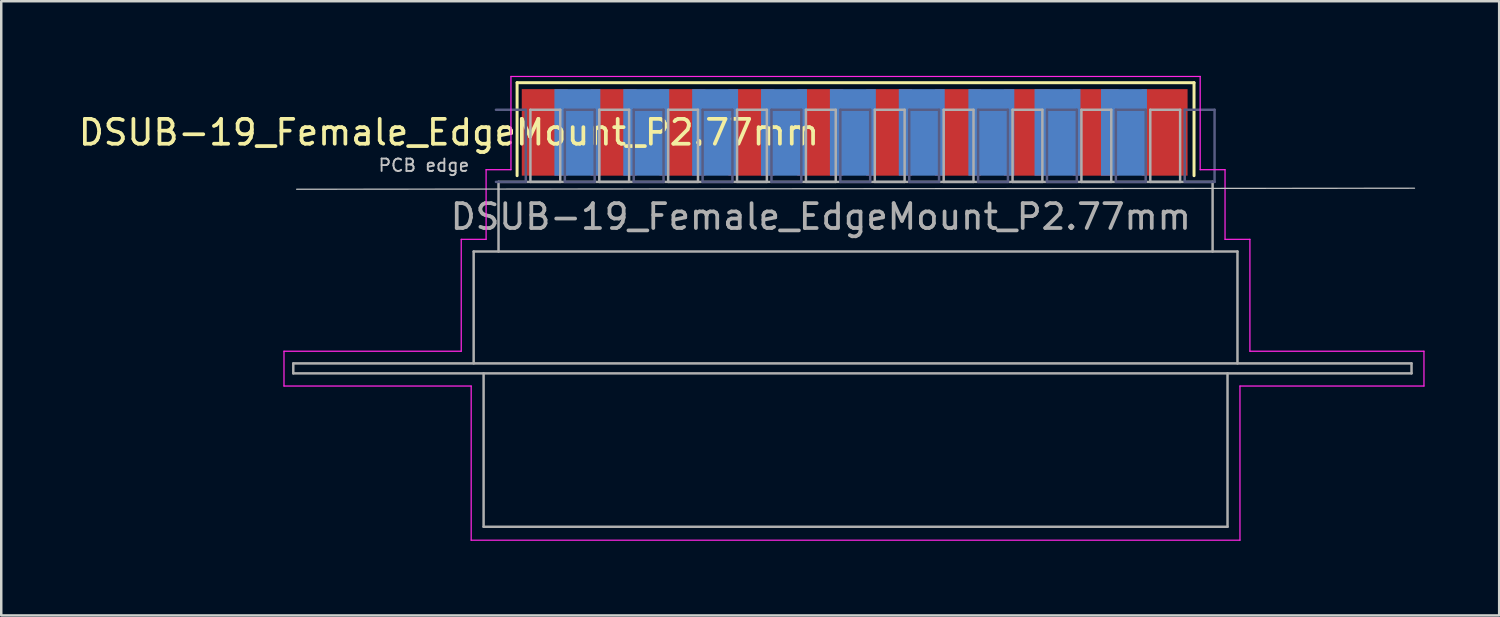
<source format=kicad_pcb>
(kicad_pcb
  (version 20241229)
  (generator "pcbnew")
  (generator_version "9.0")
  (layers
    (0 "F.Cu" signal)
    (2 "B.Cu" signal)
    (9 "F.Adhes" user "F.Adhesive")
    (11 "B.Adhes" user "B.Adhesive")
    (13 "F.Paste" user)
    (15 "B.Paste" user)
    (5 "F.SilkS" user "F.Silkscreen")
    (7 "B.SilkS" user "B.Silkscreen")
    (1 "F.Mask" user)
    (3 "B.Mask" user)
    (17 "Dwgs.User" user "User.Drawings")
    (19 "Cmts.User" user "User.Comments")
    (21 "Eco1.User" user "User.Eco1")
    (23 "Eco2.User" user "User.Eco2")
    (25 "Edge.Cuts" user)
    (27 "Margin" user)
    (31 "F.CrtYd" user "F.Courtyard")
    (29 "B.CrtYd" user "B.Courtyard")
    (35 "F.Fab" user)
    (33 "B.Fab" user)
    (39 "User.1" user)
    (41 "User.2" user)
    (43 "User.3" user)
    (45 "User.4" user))
  (footprint "DSUB-19_Female_EdgeMount_P2.77mm"
    (layer "F.Cu")
    (at 31.231 2.275)
    (property "Reference" "DSUB-19_Female_EdgeMount_P2.77mm" (at -16.225 0 0) (layer "F.SilkS") (effects (font (size 1 1) (thickness 0.15))))
    (attr smd)
    (fp_line (start -13.485 -2) (end -13.485 1.74) (stroke (width 0.12) (type solid)) (layer "F.SilkS"))
    (fp_line (start 13.739 -2) (end -13.485 -2) (stroke (width 0.12) (type solid)) (layer "F.SilkS"))
    (fp_line (start 13.739 1.74) (end 13.739 -2) (stroke (width 0.12) (type solid)) (layer "F.SilkS"))
    (fp_line (start -22.352 2.286) (end 22.606 2.244) (stroke (width 0.05) (type solid)) (layer "Dwgs.User"))
    (fp_line (start -22.86 8.8) (end -15.732 8.8) (stroke (width 0.05) (type solid)) (layer "F.CrtYd"))
    (fp_line (start -22.86 10.2) (end -22.86 8.8) (stroke (width 0.05) (type solid)) (layer "F.CrtYd"))
    (fp_line (start -15.732 4.3) (end -14.732 4.3) (stroke (width 0.05) (type solid)) (layer "F.CrtYd"))
    (fp_line (start -15.732 8.8) (end -15.732 4.3) (stroke (width 0.05) (type solid)) (layer "F.CrtYd"))
    (fp_line (start -15.332 10.2) (end -22.86 10.2) (stroke (width 0.05) (type solid)) (layer "F.CrtYd"))
    (fp_line (start -15.332 16.4) (end -15.332 10.2) (stroke (width 0.05) (type solid)) (layer "F.CrtYd"))
    (fp_line (start -14.732 1.5) (end -13.732 1.5) (stroke (width 0.05) (type solid)) (layer "F.CrtYd"))
    (fp_line (start -14.732 4.3) (end -14.732 1.5) (stroke (width 0.05) (type solid)) (layer "F.CrtYd"))
    (fp_line (start -13.732 -2.25) (end 13.986 -2.25) (stroke (width 0.05) (type solid)) (layer "F.CrtYd"))
    (fp_line (start -13.732 1.5) (end -13.732 -2.25) (stroke (width 0.05) (type solid)) (layer "F.CrtYd"))
    (fp_line (start 13.986 -2.25) (end 13.986 1.5) (stroke (width 0.05) (type solid)) (layer "F.CrtYd"))
    (fp_line (start 13.986 1.5) (end 14.986 1.5) (stroke (width 0.05) (type solid)) (layer "F.CrtYd"))
    (fp_line (start 14.986 1.5) (end 14.986 4.3) (stroke (width 0.05) (type solid)) (layer "F.CrtYd"))
    (fp_line (start 14.986 4.3) (end 15.986 4.3) (stroke (width 0.05) (type solid)) (layer "F.CrtYd"))
    (fp_line (start 15.586 10.2) (end 15.586 16.4) (stroke (width 0.05) (type solid)) (layer "F.CrtYd"))
    (fp_line (start 15.586 16.4) (end -15.332 16.4) (stroke (width 0.05) (type solid)) (layer "F.CrtYd"))
    (fp_line (start 15.986 4.3) (end 15.986 8.8) (stroke (width 0.05) (type solid)) (layer "F.CrtYd"))
    (fp_line (start 15.986 8.8) (end 22.986 8.8) (stroke (width 0.05) (type solid)) (layer "F.CrtYd"))
    (fp_line (start 22.986 8.8) (end 22.986 10.2) (stroke (width 0.05) (type solid)) (layer "F.CrtYd"))
    (fp_line (start 22.986 10.2) (end 15.586 10.2) (stroke (width 0.05) (type solid)) (layer "F.CrtYd"))
    (fp_line (start -14.335 1.99) (end -13.135 1.99) (stroke (width 0.1) (type solid)) (layer "B.Fab"))
    (fp_line (start -13.135 -0.91) (end -14.335 -0.91) (stroke (width 0.1) (type solid)) (layer "B.Fab"))
    (fp_line (start -13.135 1.99) (end -13.135 -0.91) (stroke (width 0.1) (type solid)) (layer "B.Fab"))
    (fp_line (start -11.565 -0.91) (end -11.565 1.99) (stroke (width 0.1) (type solid)) (layer "B.Fab"))
    (fp_line (start -11.565 1.99) (end -10.365 1.99) (stroke (width 0.1) (type solid)) (layer "B.Fab"))
    (fp_line (start -10.365 -0.91) (end -11.565 -0.91) (stroke (width 0.1) (type solid)) (layer "B.Fab"))
    (fp_line (start -10.365 1.99) (end -10.365 -0.91) (stroke (width 0.1) (type solid)) (layer "B.Fab"))
    (fp_line (start -8.795 -0.91) (end -8.795 1.99) (stroke (width 0.1) (type solid)) (layer "B.Fab"))
    (fp_line (start -8.795 1.99) (end -7.595 1.99) (stroke (width 0.1) (type solid)) (layer "B.Fab"))
    (fp_line (start -7.595 -0.91) (end -8.795 -0.91) (stroke (width 0.1) (type solid)) (layer "B.Fab"))
    (fp_line (start -7.595 1.99) (end -7.595 -0.91) (stroke (width 0.1) (type solid)) (layer "B.Fab"))
    (fp_line (start -6.025 -0.91) (end -6.025 1.99) (stroke (width 0.1) (type solid)) (layer "B.Fab"))
    (fp_line (start -6.025 1.99) (end -4.825 1.99) (stroke (width 0.1) (type solid)) (layer "B.Fab"))
    (fp_line (start -4.825 -0.91) (end -6.025 -0.91) (stroke (width 0.1) (type solid)) (layer "B.Fab"))
    (fp_line (start -4.825 1.99) (end -4.825 -0.91) (stroke (width 0.1) (type solid)) (layer "B.Fab"))
    (fp_line (start -3.255 -0.91) (end -3.255 1.99) (stroke (width 0.1) (type solid)) (layer "B.Fab"))
    (fp_line (start -3.255 1.99) (end -2.055 1.99) (stroke (width 0.1) (type solid)) (layer "B.Fab"))
    (fp_line (start -2.055 -0.91) (end -3.255 -0.91) (stroke (width 0.1) (type solid)) (layer "B.Fab"))
    (fp_line (start -2.055 1.99) (end -2.055 -0.91) (stroke (width 0.1) (type solid)) (layer "B.Fab"))
    (fp_line (start -0.485 -0.91) (end -0.485 1.99) (stroke (width 0.1) (type solid)) (layer "B.Fab"))
    (fp_line (start -0.485 1.99) (end 0.715 1.99) (stroke (width 0.1) (type solid)) (layer "B.Fab"))
    (fp_line (start 0.715 -0.91) (end -0.485 -0.91) (stroke (width 0.1) (type solid)) (layer "B.Fab"))
    (fp_line (start 0.715 1.99) (end 0.715 -0.91) (stroke (width 0.1) (type solid)) (layer "B.Fab"))
    (fp_line (start 2.285 -0.91) (end 2.285 1.99) (stroke (width 0.1) (type solid)) (layer "B.Fab"))
    (fp_line (start 2.285 1.99) (end 3.485 1.99) (stroke (width 0.1) (type solid)) (layer "B.Fab"))
    (fp_line (start 3.485 -0.91) (end 2.285 -0.91) (stroke (width 0.1) (type solid)) (layer "B.Fab"))
    (fp_line (start 3.485 1.99) (end 3.485 -0.91) (stroke (width 0.1) (type solid)) (layer "B.Fab"))
    (fp_line (start 5.055 -0.91) (end 5.055 1.99) (stroke (width 0.1) (type solid)) (layer "B.Fab"))
    (fp_line (start 5.055 1.99) (end 6.255 1.99) (stroke (width 0.1) (type solid)) (layer "B.Fab"))
    (fp_line (start 6.255 -0.91) (end 5.055 -0.91) (stroke (width 0.1) (type solid)) (layer "B.Fab"))
    (fp_line (start 6.255 1.99) (end 6.255 -0.91) (stroke (width 0.1) (type solid)) (layer "B.Fab"))
    (fp_line (start 7.825 -0.91) (end 7.825 1.99) (stroke (width 0.1) (type solid)) (layer "B.Fab"))
    (fp_line (start 7.825 1.99) (end 9.025 1.99) (stroke (width 0.1) (type solid)) (layer "B.Fab"))
    (fp_line (start 9.025 -0.91) (end 7.825 -0.91) (stroke (width 0.1) (type solid)) (layer "B.Fab"))
    (fp_line (start 9.025 1.99) (end 9.025 -0.91) (stroke (width 0.1) (type solid)) (layer "B.Fab"))
    (fp_line (start 10.595 -0.91) (end 10.595 1.99) (stroke (width 0.1) (type solid)) (layer "B.Fab"))
    (fp_line (start 10.595 1.99) (end 11.795 1.99) (stroke (width 0.1) (type solid)) (layer "B.Fab"))
    (fp_line (start 11.795 -0.91) (end 10.595 -0.91) (stroke (width 0.1) (type solid)) (layer "B.Fab"))
    (fp_line (start 11.795 1.99) (end 11.795 -0.91) (stroke (width 0.1) (type solid)) (layer "B.Fab"))
    (fp_line (start 13.365 -0.91) (end 13.365 1.99) (stroke (width 0.1) (type solid)) (layer "B.Fab"))
    (fp_line (start 13.365 1.99) (end 14.565 1.99) (stroke (width 0.1) (type solid)) (layer "B.Fab"))
    (fp_line (start 14.565 -0.91) (end 13.365 -0.91) (stroke (width 0.1) (type solid)) (layer "B.Fab"))
    (fp_line (start 14.565 1.99) (end 14.565 -0.91) (stroke (width 0.1) (type solid)) (layer "B.Fab"))
    (fp_line (start -22.486 9.29) (end -22.486 9.69) (stroke (width 0.1) (type solid)) (layer "F.Fab"))
    (fp_line (start -22.486 9.69) (end 22.486 9.69) (stroke (width 0.1) (type solid)) (layer "F.Fab"))
    (fp_line (start -15.232 4.79) (end -15.232 9.29) (stroke (width 0.1) (type solid)) (layer "F.Fab"))
    (fp_line (start -14.832 9.69) (end -14.832 15.86) (stroke (width 0.1) (type solid)) (layer "F.Fab"))
    (fp_line (start -14.832 15.86) (end 15.086 15.86) (stroke (width 0.1) (type solid)) (layer "F.Fab"))
    (fp_line (start -14.232 1.99) (end -14.232 4.79) (stroke (width 0.1) (type solid)) (layer "F.Fab"))
    (fp_line (start -12.95 -0.91) (end -12.95 1.99) (stroke (width 0.1) (type solid)) (layer "F.Fab"))
    (fp_line (start -12.95 1.99) (end -11.75 1.99) (stroke (width 0.1) (type solid)) (layer "F.Fab"))
    (fp_line (start -11.75 -0.91) (end -12.95 -0.91) (stroke (width 0.1) (type solid)) (layer "F.Fab"))
    (fp_line (start -11.75 1.99) (end -11.75 -0.91) (stroke (width 0.1) (type solid)) (layer "F.Fab"))
    (fp_line (start -10.18 -0.91) (end -10.18 1.99) (stroke (width 0.1) (type solid)) (layer "F.Fab"))
    (fp_line (start -10.18 1.99) (end -8.98 1.99) (stroke (width 0.1) (type solid)) (layer "F.Fab"))
    (fp_line (start -8.98 -0.91) (end -10.18 -0.91) (stroke (width 0.1) (type solid)) (layer "F.Fab"))
    (fp_line (start -8.98 1.99) (end -8.98 -0.91) (stroke (width 0.1) (type solid)) (layer "F.Fab"))
    (fp_line (start -7.41 -0.91) (end -7.41 1.99) (stroke (width 0.1) (type solid)) (layer "F.Fab"))
    (fp_line (start -7.41 1.99) (end -6.21 1.99) (stroke (width 0.1) (type solid)) (layer "F.Fab"))
    (fp_line (start -6.21 -0.91) (end -7.41 -0.91) (stroke (width 0.1) (type solid)) (layer "F.Fab"))
    (fp_line (start -6.21 1.99) (end -6.21 -0.91) (stroke (width 0.1) (type solid)) (layer "F.Fab"))
    (fp_line (start -4.64 -0.91) (end -4.64 1.99) (stroke (width 0.1) (type solid)) (layer "F.Fab"))
    (fp_line (start -4.64 1.99) (end -3.44 1.99) (stroke (width 0.1) (type solid)) (layer "F.Fab"))
    (fp_line (start -3.44 -0.91) (end -4.64 -0.91) (stroke (width 0.1) (type solid)) (layer "F.Fab"))
    (fp_line (start -3.44 1.99) (end -3.44 -0.91) (stroke (width 0.1) (type solid)) (layer "F.Fab"))
    (fp_line (start -1.87 -0.91) (end -1.87 1.99) (stroke (width 0.1) (type solid)) (layer "F.Fab"))
    (fp_line (start -1.87 1.99) (end -0.67 1.99) (stroke (width 0.1) (type solid)) (layer "F.Fab"))
    (fp_line (start -0.67 -0.91) (end -1.87 -0.91) (stroke (width 0.1) (type solid)) (layer "F.Fab"))
    (fp_line (start -0.67 1.99) (end -0.67 -0.91) (stroke (width 0.1) (type solid)) (layer "F.Fab"))
    (fp_line (start 0.9 -0.91) (end 0.9 1.99) (stroke (width 0.1) (type solid)) (layer "F.Fab"))
    (fp_line (start 0.9 1.99) (end 2.1 1.99) (stroke (width 0.1) (type solid)) (layer "F.Fab"))
    (fp_line (start 2.1 -0.91) (end 0.9 -0.91) (stroke (width 0.1) (type solid)) (layer "F.Fab"))
    (fp_line (start 2.1 1.99) (end 2.1 -0.91) (stroke (width 0.1) (type solid)) (layer "F.Fab"))
    (fp_line (start 3.67 -0.91) (end 3.67 1.99) (stroke (width 0.1) (type solid)) (layer "F.Fab"))
    (fp_line (start 3.67 1.99) (end 4.87 1.99) (stroke (width 0.1) (type solid)) (layer "F.Fab"))
    (fp_line (start 4.87 -0.91) (end 3.67 -0.91) (stroke (width 0.1) (type solid)) (layer "F.Fab"))
    (fp_line (start 4.87 1.99) (end 4.87 -0.91) (stroke (width 0.1) (type solid)) (layer "F.Fab"))
    (fp_line (start 6.44 -0.91) (end 6.44 1.99) (stroke (width 0.1) (type solid)) (layer "F.Fab"))
    (fp_line (start 6.44 1.99) (end 7.64 1.99) (stroke (width 0.1) (type solid)) (layer "F.Fab"))
    (fp_line (start 7.64 -0.91) (end 6.44 -0.91) (stroke (width 0.1) (type solid)) (layer "F.Fab"))
    (fp_line (start 7.64 1.99) (end 7.64 -0.91) (stroke (width 0.1) (type solid)) (layer "F.Fab"))
    (fp_line (start 9.21 -0.91) (end 9.21 1.99) (stroke (width 0.1) (type solid)) (layer "F.Fab"))
    (fp_line (start 9.21 1.99) (end 10.41 1.99) (stroke (width 0.1) (type solid)) (layer "F.Fab"))
    (fp_line (start 10.41 -0.91) (end 9.21 -0.91) (stroke (width 0.1) (type solid)) (layer "F.Fab"))
    (fp_line (start 10.41 1.99) (end 10.41 -0.91) (stroke (width 0.1) (type solid)) (layer "F.Fab"))
    (fp_line (start 11.98 -0.91) (end 11.98 1.99) (stroke (width 0.1) (type solid)) (layer "F.Fab"))
    (fp_line (start 11.98 1.99) (end 13.18 1.99) (stroke (width 0.1) (type solid)) (layer "F.Fab"))
    (fp_line (start 13.18 -0.91) (end 11.98 -0.91) (stroke (width 0.1) (type solid)) (layer "F.Fab"))
    (fp_line (start 13.18 1.99) (end 13.18 -0.91) (stroke (width 0.1) (type solid)) (layer "F.Fab"))
    (fp_line (start 14.486 1.99) (end -14.232 1.99) (stroke (width 0.1) (type solid)) (layer "F.Fab"))
    (fp_line (start 14.486 4.79) (end 14.486 1.99) (stroke (width 0.1) (type solid)) (layer "F.Fab"))
    (fp_line (start 15.086 15.86) (end 15.086 9.69) (stroke (width 0.1) (type solid)) (layer "F.Fab"))
    (fp_line (start 15.486 4.79) (end -15.232 4.79) (stroke (width 0.1) (type solid)) (layer "F.Fab"))
    (fp_line (start 15.486 9.29) (end 15.486 4.79) (stroke (width 0.1) (type solid)) (layer "F.Fab"))
    (fp_line (start 22.486 9.29) (end -22.486 9.29) (stroke (width 0.1) (type solid)) (layer "F.Fab"))
    (fp_line (start 22.486 9.69) (end 22.486 9.29) (stroke (width 0.1) (type solid)) (layer "F.Fab"))
    (fp_text user "PCB edge" (at -17.232 1.323 0) (layer "Dwgs.User") (effects (font (size 0.5 0.5) (thickness 0.075))))
    (fp_text user "${REFERENCE}" (at -1.27 3.39 0) (layer "F.Fab") (effects (font (size 1 1) (thickness 0.15))))
    (pad "1" smd rect (at 12.556 0) (size 1.847 3.48) (layers "F.Cu" "F.Mask" "F.Paste"))
    (pad "2" smd rect (at 9.786 0) (size 1.847 3.48) (layers "F.Cu" "F.Mask" "F.Paste"))
    (pad "3" smd rect (at 7.016 0) (size 1.847 3.48) (layers "F.Cu" "F.Mask" "F.Paste"))
    (pad "4" smd rect (at 4.246 0) (size 1.847 3.48) (layers "F.Cu" "F.Mask" "F.Paste"))
    (pad "5" smd rect (at 1.476 0) (size 1.847 3.48) (layers "F.Cu" "F.Mask" "F.Paste"))
    (pad "6" smd rect (at -1.294 0) (size 1.847 3.48) (layers "F.Cu" "F.Mask" "F.Paste"))
    (pad "7" smd rect (at -4.064 0) (size 1.847 3.48) (layers "F.Cu" "F.Mask" "F.Paste"))
    (pad "8" smd rect (at -6.834 0) (size 1.847 3.48) (layers "F.Cu" "F.Mask" "F.Paste"))
    (pad "9" smd rect (at -9.604 0) (size 1.847 3.48) (layers "F.Cu" "F.Mask" "F.Paste"))
    (pad "10" smd rect (at -12.374 0) (size 1.847 3.48) (layers "F.Cu" "F.Mask" "F.Paste"))
    (pad "11" smd rect (at 10.922 0) (size 1.847 3.48) (layers "B.Cu" "B.Mask" "B.Paste"))
    (pad "12" smd rect (at 8.248 0) (size 1.847 3.48) (layers "B.Cu" "B.Mask" "B.Paste"))
    (pad "13" smd rect (at 5.588 0) (size 1.847 3.48) (layers "B.Cu" "B.Mask" "B.Paste"))
    (pad "14" smd rect (at 2.789 0) (size 1.847 3.48) (layers "B.Cu" "B.Mask" "B.Paste"))
    (pad "15" smd rect (at 0.019 0) (size 1.847 3.48) (layers "B.Cu" "B.Mask" "B.Paste"))
    (pad "16" smd rect (at -2.751 0) (size 1.847 3.48) (layers "B.Cu" "B.Mask" "B.Paste"))
    (pad "17" smd rect (at -5.521 0) (size 1.847 3.48) (layers "B.Cu" "B.Mask" "B.Paste"))
    (pad "18" smd rect (at -8.291 0) (size 1.847 3.48) (layers "B.Cu" "B.Mask" "B.Paste"))
    (pad "19" smd rect (at -11.061 0) (size 1.847 3.48) (layers "B.Cu" "B.Mask" "B.Paste")))
  (gr_rect
    (start -3 -3)
    (end 57.242 21.7)
    (stroke (width 0.1) (type default))
    (fill no)
    (layer "Edge.Cuts")))
</source>
